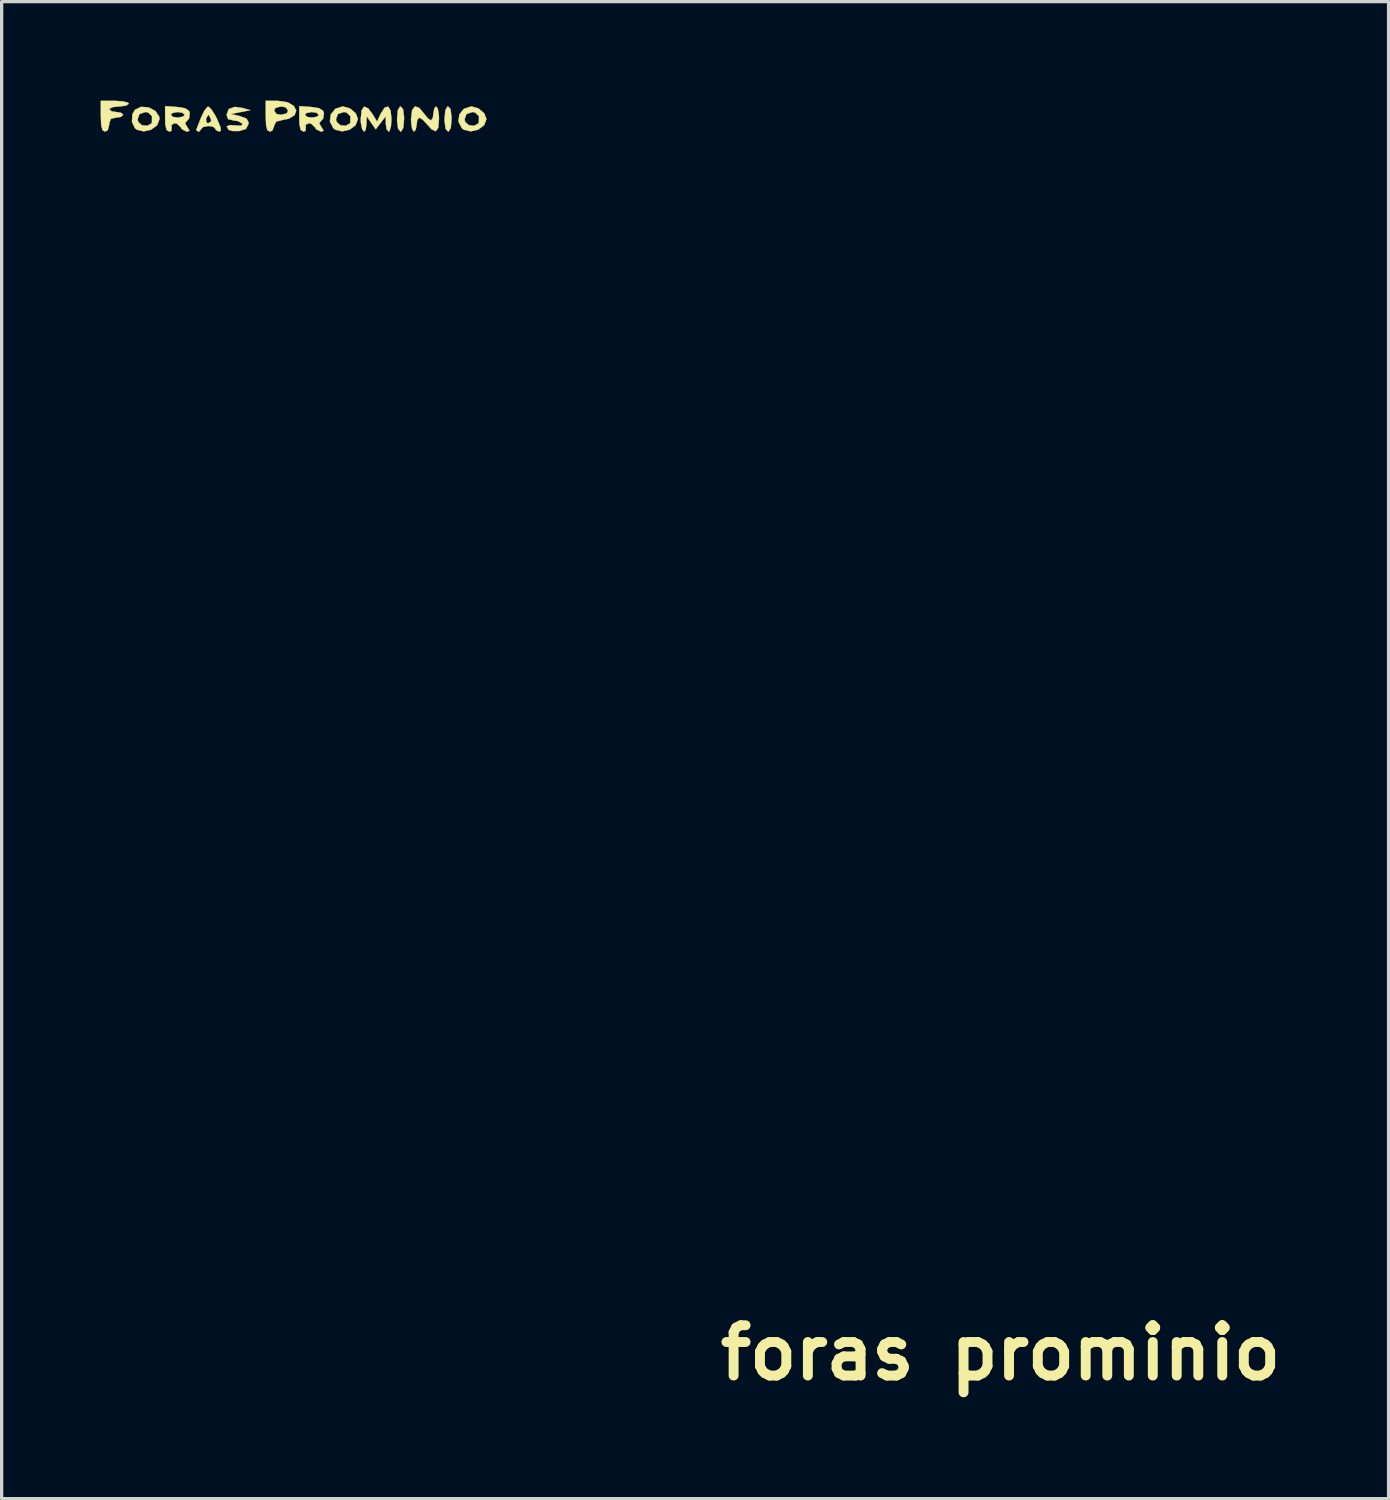
<source format=kicad_pcb>
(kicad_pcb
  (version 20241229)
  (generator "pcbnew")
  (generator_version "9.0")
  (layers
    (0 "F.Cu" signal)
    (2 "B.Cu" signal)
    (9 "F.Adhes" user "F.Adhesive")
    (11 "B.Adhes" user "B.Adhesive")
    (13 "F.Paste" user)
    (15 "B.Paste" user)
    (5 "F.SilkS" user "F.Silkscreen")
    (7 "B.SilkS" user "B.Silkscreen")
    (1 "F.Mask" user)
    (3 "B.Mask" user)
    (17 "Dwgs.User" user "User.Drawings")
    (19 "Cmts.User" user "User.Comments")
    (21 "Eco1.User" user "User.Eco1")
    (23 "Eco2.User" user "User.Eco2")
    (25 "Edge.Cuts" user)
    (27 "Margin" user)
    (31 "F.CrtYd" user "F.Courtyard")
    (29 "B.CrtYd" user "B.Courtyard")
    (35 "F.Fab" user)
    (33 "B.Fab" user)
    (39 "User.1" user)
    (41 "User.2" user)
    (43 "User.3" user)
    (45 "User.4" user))
  (footprint "foras prominio"
    (layer "F.Cu")
    (at 27.268 37.936)
    (property "Reference" "foras prominio" (at 0 0 0) (layer "F.SilkS") (effects (font (size 1.524 1.524) (thickness 0.3))))
    (attr through_hole)
    (fp_poly (pts (xy -18.108 -37.681) (xy -18.077 -37.445) (xy -18.076 -37.38) (xy -18.099 -37.115) (xy -18.164 -37.003) (xy -18.182 -36.999) (xy -18.256 -37.08) (xy -18.287 -37.316) (xy -18.288 -37.38) (xy -18.266 -37.646) (xy -18.2 -37.758) (xy -18.182 -37.761) (xy -18.108 -37.681)) (stroke (width 0.01) (type solid)) (fill yes) (layer "F.SilkS"))
    (fp_poly (pts (xy -16.669 -37.681) (xy -16.638 -37.445) (xy -16.637 -37.38) (xy -16.659 -37.115) (xy -16.725 -37.003) (xy -16.743 -36.999) (xy -16.817 -37.08) (xy -16.848 -37.316) (xy -16.849 -37.38) (xy -16.826 -37.646) (xy -16.761 -37.758) (xy -16.743 -37.761) (xy -16.669 -37.681)) (stroke (width 0.01) (type solid)) (fill yes) (layer "F.SilkS"))
    (fp_poly (pts (xy -26.598 -37.915) (xy -26.445 -37.876) (xy -26.416 -37.846) (xy -26.49 -37.79) (xy -26.673 -37.762) (xy -26.712 -37.761) (xy -26.908 -37.74) (xy -27.006 -37.688) (xy -27.009 -37.677) (xy -26.936 -37.613) (xy -26.797 -37.592) (xy -26.638 -37.563) (xy -26.585 -37.507) (xy -26.658 -37.444) (xy -26.797 -37.423) (xy -26.958 -37.388) (xy -27.008 -37.25) (xy -27.009 -37.211) (xy -27.053 -37.041) (xy -27.136 -36.999) (xy -27.212 -37.041) (xy -27.252 -37.188) (xy -27.263 -37.465) (xy -27.263 -37.931) (xy -26.839 -37.931) (xy -26.598 -37.915)) (stroke (width 0.01) (type solid)) (fill yes) (layer "F.SilkS"))
    (fp_poly (pts (xy -22.966 -37.713) (xy -22.733 -37.647) (xy -23.029 -37.59) (xy -23.326 -37.532) (xy -23.046 -37.466) (xy -22.852 -37.395) (xy -22.789 -37.288) (xy -22.792 -37.221) (xy -22.868 -37.078) (xy -23.067 -37.017) (xy -23.075 -37.016) (xy -23.275 -37.017) (xy -23.392 -37.052) (xy -23.45 -37.157) (xy -23.354 -37.197) (xy -23.187 -37.185) (xy -23.006 -37.177) (xy -22.973 -37.23) (xy -22.98 -37.242) (xy -23.103 -37.316) (xy -23.246 -37.338) (xy -23.409 -37.379) (xy -23.453 -37.51) (xy -23.388 -37.683) (xy -23.203 -37.748) (xy -22.966 -37.713)) (stroke (width 0.01) (type solid)) (fill yes) (layer "F.SilkS"))
    (fp_poly (pts (xy -18.484 -37.635) (xy -18.457 -37.38) (xy -18.474 -37.153) (xy -18.517 -37.017) (xy -18.542 -36.999) (xy -18.604 -37.072) (xy -18.629 -37.232) (xy -18.63 -37.465) (xy -18.783 -37.267) (xy -18.935 -37.069) (xy -19.21 -37.465) (xy -19.215 -37.232) (xy -19.24 -37.043) (xy -19.291 -36.998) (xy -19.347 -37.078) (xy -19.384 -37.264) (xy -19.389 -37.38) (xy -19.361 -37.647) (xy -19.284 -37.756) (xy -19.164 -37.704) (xy -19.034 -37.531) (xy -18.894 -37.3) (xy -18.789 -37.531) (xy -18.666 -37.725) (xy -18.558 -37.757) (xy -18.484 -37.635)) (stroke (width 0.01) (type solid)) (fill yes) (layer "F.SilkS"))
    (fp_poly (pts (xy -25.813 -37.731) (xy -25.611 -37.624) (xy -25.494 -37.452) (xy -25.485 -37.38) (xy -25.558 -37.191) (xy -25.736 -37.058) (xy -25.96 -37.006) (xy -26.171 -37.055) (xy -26.23 -37.101) (xy -26.321 -37.294) (xy -26.316 -37.374) (xy -26.149 -37.374) (xy -26.13 -37.292) (xy -26.021 -37.193) (xy -25.86 -37.175) (xy -25.733 -37.243) (xy -25.716 -37.275) (xy -25.713 -37.466) (xy -25.834 -37.58) (xy -25.912 -37.592) (xy -26.092 -37.531) (xy -26.149 -37.374) (xy -26.316 -37.374) (xy -26.307 -37.524) (xy -26.23 -37.66) (xy -26.039 -37.75) (xy -25.813 -37.731)) (stroke (width 0.01) (type solid)) (fill yes) (layer "F.SilkS"))
    (fp_poly (pts (xy -19.713 -37.7) (xy -19.54 -37.552) (xy -19.473 -37.38) (xy -19.546 -37.191) (xy -19.725 -37.058) (xy -19.949 -37.006) (xy -20.159 -37.055) (xy -20.218 -37.101) (xy -20.324 -37.304) (xy -20.314 -37.374) (xy -20.138 -37.374) (xy -20.118 -37.292) (xy -20.01 -37.193) (xy -19.849 -37.175) (xy -19.721 -37.243) (xy -19.705 -37.275) (xy -19.702 -37.466) (xy -19.822 -37.58) (xy -19.901 -37.592) (xy -20.081 -37.531) (xy -20.138 -37.374) (xy -20.314 -37.374) (xy -20.296 -37.518) (xy -20.16 -37.688) (xy -19.939 -37.761) (xy -19.928 -37.761) (xy -19.713 -37.7)) (stroke (width 0.01) (type solid)) (fill yes) (layer "F.SilkS"))
    (fp_poly (pts (xy -15.819 -37.7) (xy -15.646 -37.552) (xy -15.579 -37.38) (xy -15.652 -37.191) (xy -15.83 -37.058) (xy -16.054 -37.006) (xy -16.265 -37.055) (xy -16.324 -37.101) (xy -16.429 -37.304) (xy -16.42 -37.374) (xy -16.243 -37.374) (xy -16.224 -37.292) (xy -16.115 -37.193) (xy -15.954 -37.175) (xy -15.827 -37.243) (xy -15.81 -37.275) (xy -15.807 -37.466) (xy -15.928 -37.58) (xy -16.006 -37.592) (xy -16.186 -37.531) (xy -16.243 -37.374) (xy -16.42 -37.374) (xy -16.401 -37.518) (xy -16.265 -37.688) (xy -16.044 -37.761) (xy -16.033 -37.761) (xy -15.819 -37.7)) (stroke (width 0.01) (type solid)) (fill yes) (layer "F.SilkS"))
    (fp_poly (pts (xy -21.604 -37.887) (xy -21.416 -37.777) (xy -21.343 -37.636) (xy -21.393 -37.495) (xy -21.574 -37.388) (xy -21.747 -37.354) (xy -21.944 -37.304) (xy -22.012 -37.191) (xy -22.013 -37.163) (xy -22.068 -37.029) (xy -22.14 -36.999) (xy -22.217 -37.041) (xy -22.256 -37.188) (xy -22.267 -37.465) (xy -22.267 -37.634) (xy -22.013 -37.634) (xy -21.94 -37.532) (xy -21.802 -37.507) (xy -21.631 -37.551) (xy -21.59 -37.634) (xy -21.664 -37.736) (xy -21.802 -37.761) (xy -21.972 -37.717) (xy -22.013 -37.634) (xy -22.267 -37.634) (xy -22.267 -37.931) (xy -21.897 -37.931) (xy -21.604 -37.887)) (stroke (width 0.01) (type solid)) (fill yes) (layer "F.SilkS"))
    (fp_poly (pts (xy -17.616 -37.718) (xy -17.476 -37.55) (xy -17.354 -37.399) (xy -17.262 -37.338) (xy -17.206 -37.411) (xy -17.187 -37.55) (xy -17.158 -37.709) (xy -17.103 -37.761) (xy -17.052 -37.686) (xy -17.022 -37.494) (xy -17.018 -37.38) (xy -17.041 -37.115) (xy -17.114 -37.011) (xy -17.241 -37.067) (xy -17.372 -37.211) (xy -17.51 -37.359) (xy -17.615 -37.423) (xy -17.617 -37.423) (xy -17.676 -37.35) (xy -17.695 -37.211) (xy -17.724 -37.052) (xy -17.78 -36.999) (xy -17.83 -37.075) (xy -17.861 -37.266) (xy -17.865 -37.38) (xy -17.833 -37.649) (xy -17.747 -37.763) (xy -17.616 -37.718)) (stroke (width 0.01) (type solid)) (fill yes) (layer "F.SilkS"))
    (fp_poly (pts (xy -23.923 -37.685) (xy -23.806 -37.505) (xy -23.74 -37.376) (xy -23.642 -37.143) (xy -23.627 -37.026) (xy -23.677 -36.999) (xy -23.781 -37.049) (xy -23.791 -37.084) (xy -23.864 -37.148) (xy -24.003 -37.169) (xy -24.162 -37.14) (xy -24.215 -37.084) (xy -24.28 -37.003) (xy -24.306 -36.999) (xy -24.374 -37.042) (xy -24.369 -37.063) (xy -24.323 -37.177) (xy -24.243 -37.38) (xy -24.076 -37.38) (xy -24.063 -37.271) (xy -24.003 -37.253) (xy -23.92 -37.31) (xy -23.93 -37.38) (xy -23.985 -37.492) (xy -24.003 -37.507) (xy -24.05 -37.441) (xy -24.076 -37.38) (xy -24.243 -37.38) (xy -24.243 -37.381) (xy -24.218 -37.444) (xy -24.121 -37.643) (xy -24.029 -37.751) (xy -24.007 -37.757) (xy -23.923 -37.685)) (stroke (width 0.01) (type solid)) (fill yes) (layer "F.SilkS"))
    (fp_poly (pts (xy -24.956 -37.745) (xy -24.71 -37.707) (xy -24.591 -37.626) (xy -24.567 -37.56) (xy -24.591 -37.395) (xy -24.645 -37.333) (xy -24.711 -37.254) (xy -24.645 -37.135) (xy -24.643 -37.133) (xy -24.577 -37.029) (xy -24.64 -37) (xy -24.661 -36.999) (xy -24.801 -37.068) (xy -24.838 -37.126) (xy -24.955 -37.238) (xy -25.025 -37.253) (xy -25.124 -37.202) (xy -25.115 -37.126) (xy -25.128 -37.017) (xy -25.191 -36.999) (xy -25.273 -37.052) (xy -25.311 -37.227) (xy -25.315 -37.385) (xy -25.315 -37.507) (xy -25.146 -37.507) (xy -25.074 -37.444) (xy -24.934 -37.423) (xy -24.775 -37.452) (xy -24.723 -37.507) (xy -24.795 -37.571) (xy -24.934 -37.592) (xy -25.093 -37.563) (xy -25.146 -37.507) (xy -25.315 -37.507) (xy -25.315 -37.771) (xy -24.956 -37.745)) (stroke (width 0.01) (type solid)) (fill yes) (layer "F.SilkS"))
    (fp_poly (pts (xy -20.892 -37.745) (xy -20.646 -37.707) (xy -20.527 -37.626) (xy -20.503 -37.56) (xy -20.527 -37.395) (xy -20.581 -37.333) (xy -20.647 -37.254) (xy -20.581 -37.135) (xy -20.579 -37.133) (xy -20.513 -37.029) (xy -20.576 -37) (xy -20.597 -36.999) (xy -20.737 -37.068) (xy -20.774 -37.126) (xy -20.891 -37.238) (xy -20.961 -37.253) (xy -21.06 -37.202) (xy -21.051 -37.126) (xy -21.064 -37.017) (xy -21.127 -36.999) (xy -21.209 -37.052) (xy -21.247 -37.227) (xy -21.251 -37.385) (xy -21.251 -37.507) (xy -21.082 -37.507) (xy -21.01 -37.444) (xy -20.87 -37.423) (xy -20.711 -37.452) (xy -20.659 -37.507) (xy -20.731 -37.571) (xy -20.87 -37.592) (xy -21.029 -37.563) (xy -21.082 -37.507) (xy -21.251 -37.507) (xy -21.251 -37.771) (xy -20.892 -37.745)) (stroke (width 0.01) (type solid)) (fill yes) (layer "F.SilkS")))
  (gr_rect
    (start -3 -3)
    (end 39.02 42.354)
    (stroke (width 0.1) (type default))
    (fill no)
    (layer "Edge.Cuts")))
</source>
